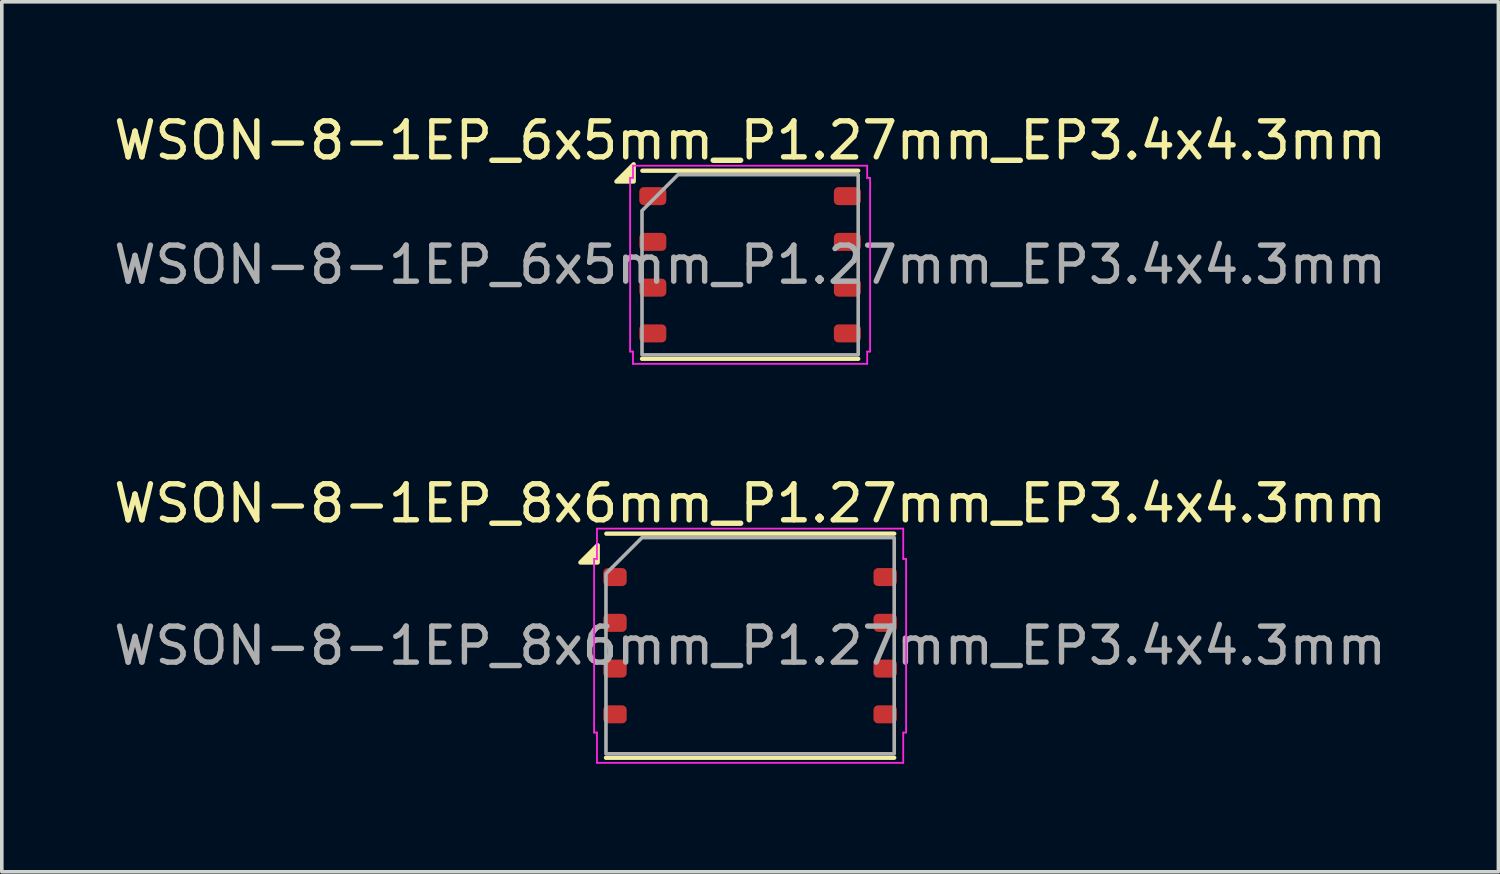
<source format=kicad_pcb>
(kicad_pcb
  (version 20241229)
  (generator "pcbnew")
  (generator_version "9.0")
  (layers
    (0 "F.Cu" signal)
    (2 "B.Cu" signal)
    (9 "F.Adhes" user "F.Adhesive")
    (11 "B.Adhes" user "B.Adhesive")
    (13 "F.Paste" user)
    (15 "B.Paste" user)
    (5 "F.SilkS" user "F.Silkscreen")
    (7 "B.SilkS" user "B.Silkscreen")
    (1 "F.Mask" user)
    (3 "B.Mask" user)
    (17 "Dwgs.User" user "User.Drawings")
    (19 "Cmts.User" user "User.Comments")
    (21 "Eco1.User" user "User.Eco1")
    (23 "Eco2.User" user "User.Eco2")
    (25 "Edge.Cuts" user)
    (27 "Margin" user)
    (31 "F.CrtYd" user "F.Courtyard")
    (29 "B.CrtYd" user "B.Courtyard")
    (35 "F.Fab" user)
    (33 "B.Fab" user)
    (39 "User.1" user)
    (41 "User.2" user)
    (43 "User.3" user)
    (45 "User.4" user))
  (footprint "WSON-8-1EP_8x6mm_P1.27mm_EP3.4x4.3mm"
    (layer "F.Cu")
    (at 17.768 14.871)
    (property "Reference" "WSON-8-1EP_8x6mm_P1.27mm_EP3.4x4.3mm" (at 0 -3.95 0) (layer "F.SilkS") (effects (font (size 1 1) (thickness 0.15))))
    (attr smd)
    (fp_line (start -4 3.11) (end 4 3.11) (stroke (width 0.12) (type solid)) (layer "F.SilkS"))
    (fp_line (start -3.99 -3.11) (end 4 -3.11) (stroke (width 0.12) (type solid)) (layer "F.SilkS"))
    (fp_poly (pts (xy -4.23 -2.31) (xy -4.71 -2.31) (xy -4.23 -2.79)) (stroke (width 0.12) (type solid)) (fill yes) (layer "F.SilkS"))
    (fp_line (start -4.33 -2.41) (end -4.25 -2.41) (stroke (width 0.05) (type solid)) (layer "F.CrtYd"))
    (fp_line (start -4.33 2.41) (end -4.33 -2.41) (stroke (width 0.05) (type solid)) (layer "F.CrtYd"))
    (fp_line (start -4.25 -3.25) (end 4.25 -3.25) (stroke (width 0.05) (type solid)) (layer "F.CrtYd"))
    (fp_line (start -4.25 -2.41) (end -4.25 -3.25) (stroke (width 0.05) (type solid)) (layer "F.CrtYd"))
    (fp_line (start -4.25 2.41) (end -4.33 2.41) (stroke (width 0.05) (type solid)) (layer "F.CrtYd"))
    (fp_line (start -4.25 3.25) (end -4.25 2.41) (stroke (width 0.05) (type solid)) (layer "F.CrtYd"))
    (fp_line (start 4.25 -3.25) (end 4.25 -2.41) (stroke (width 0.05) (type solid)) (layer "F.CrtYd"))
    (fp_line (start 4.25 -2.41) (end 4.33 -2.41) (stroke (width 0.05) (type solid)) (layer "F.CrtYd"))
    (fp_line (start 4.25 2.41) (end 4.25 3.25) (stroke (width 0.05) (type solid)) (layer "F.CrtYd"))
    (fp_line (start 4.25 3.25) (end -4.25 3.25) (stroke (width 0.05) (type solid)) (layer "F.CrtYd"))
    (fp_line (start 4.33 -2.41) (end 4.33 2.41) (stroke (width 0.05) (type solid)) (layer "F.CrtYd"))
    (fp_line (start 4.33 2.41) (end 4.25 2.41) (stroke (width 0.05) (type solid)) (layer "F.CrtYd"))
    (fp_poly (pts (xy -4 -2) (xy -4 3) (xy 4 3) (xy 4 -3) (xy -3 -3)) (stroke (width 0.1) (type solid)) (fill no) (layer "F.Fab"))
    (fp_text user "${REFERENCE}" (at 0 0 0) (layer "F.Fab") (effects (font (size 1 1) (thickness 0.15))))
    (pad "1" smd roundrect (at -3.75 -1.905) (size 0.65 0.5) (layers "F.Cu" "F.Mask" "F.Paste") (roundrect_rratio 0.25))
    (pad "2" smd roundrect (at -3.75 -0.635) (size 0.65 0.5) (layers "F.Cu" "F.Mask" "F.Paste") (roundrect_rratio 0.25))
    (pad "3" smd roundrect (at -3.75 0.635) (size 0.65 0.5) (layers "F.Cu" "F.Mask" "F.Paste") (roundrect_rratio 0.25))
    (pad "4" smd roundrect (at -3.75 1.905) (size 0.65 0.5) (layers "F.Cu" "F.Mask" "F.Paste") (roundrect_rratio 0.25))
    (pad "5" smd roundrect (at 3.75 1.905) (size 0.65 0.5) (layers "F.Cu" "F.Mask" "F.Paste") (roundrect_rratio 0.25))
    (pad "6" smd roundrect (at 3.75 0.635) (size 0.65 0.5) (layers "F.Cu" "F.Mask" "F.Paste") (roundrect_rratio 0.25))
    (pad "7" smd roundrect (at 3.75 -0.635) (size 0.65 0.5) (layers "F.Cu" "F.Mask" "F.Paste") (roundrect_rratio 0.25))
    (pad "8" smd roundrect (at 3.75 -1.905) (size 0.65 0.5) (layers "F.Cu" "F.Mask" "F.Paste") (roundrect_rratio 0.25)))
  (footprint "WSON-8-1EP_6x5mm_P1.27mm_EP3.4x4.3mm"
    (layer "F.Cu")
    (at 17.768 4.298)
    (property "Reference" "WSON-8-1EP_6x5mm_P1.27mm_EP3.4x4.3mm" (at 0 -3.45 0) (layer "F.SilkS") (effects (font (size 1 1) (thickness 0.15))))
    (attr smd)
    (fp_line (start -3 2.61) (end 3 2.61) (stroke (width 0.12) (type solid)) (layer "F.SilkS"))
    (fp_line (start -2.99 -2.61) (end 3 -2.61) (stroke (width 0.12) (type solid)) (layer "F.SilkS"))
    (fp_poly (pts (xy -3.23 -2.31) (xy -3.71 -2.31) (xy -3.23 -2.79)) (stroke (width 0.12) (type solid)) (fill yes) (layer "F.SilkS"))
    (fp_line (start -3.33 -2.41) (end -3.25 -2.41) (stroke (width 0.05) (type solid)) (layer "F.CrtYd"))
    (fp_line (start -3.33 2.41) (end -3.33 -2.41) (stroke (width 0.05) (type solid)) (layer "F.CrtYd"))
    (fp_line (start -3.25 -2.75) (end 3.25 -2.75) (stroke (width 0.05) (type solid)) (layer "F.CrtYd"))
    (fp_line (start -3.25 -2.41) (end -3.25 -2.75) (stroke (width 0.05) (type solid)) (layer "F.CrtYd"))
    (fp_line (start -3.25 2.41) (end -3.33 2.41) (stroke (width 0.05) (type solid)) (layer "F.CrtYd"))
    (fp_line (start -3.25 2.75) (end -3.25 2.41) (stroke (width 0.05) (type solid)) (layer "F.CrtYd"))
    (fp_line (start 3.25 -2.75) (end 3.25 -2.41) (stroke (width 0.05) (type solid)) (layer "F.CrtYd"))
    (fp_line (start 3.25 -2.41) (end 3.33 -2.41) (stroke (width 0.05) (type solid)) (layer "F.CrtYd"))
    (fp_line (start 3.25 2.41) (end 3.25 2.75) (stroke (width 0.05) (type solid)) (layer "F.CrtYd"))
    (fp_line (start 3.25 2.75) (end -3.25 2.75) (stroke (width 0.05) (type solid)) (layer "F.CrtYd"))
    (fp_line (start 3.33 -2.41) (end 3.33 2.41) (stroke (width 0.05) (type solid)) (layer "F.CrtYd"))
    (fp_line (start 3.33 2.41) (end 3.25 2.41) (stroke (width 0.05) (type solid)) (layer "F.CrtYd"))
    (fp_poly (pts (xy -3 -1.5) (xy -3 2.5) (xy 3 2.5) (xy 3 -2.5) (xy -2 -2.5)) (stroke (width 0.1) (type solid)) (fill no) (layer "F.Fab"))
    (fp_text user "${REFERENCE}" (at 0 0 0) (layer "F.Fab") (effects (font (size 1 1) (thickness 0.15))))
    (pad "1" smd roundrect (at -2.7 -1.905) (size 0.75 0.5) (layers "F.Cu" "F.Mask" "F.Paste") (roundrect_rratio 0.25))
    (pad "2" smd roundrect (at -2.7 -0.635) (size 0.75 0.5) (layers "F.Cu" "F.Mask" "F.Paste") (roundrect_rratio 0.25))
    (pad "3" smd roundrect (at -2.7 0.635) (size 0.75 0.5) (layers "F.Cu" "F.Mask" "F.Paste") (roundrect_rratio 0.25))
    (pad "4" smd roundrect (at -2.7 1.905) (size 0.75 0.5) (layers "F.Cu" "F.Mask" "F.Paste") (roundrect_rratio 0.25))
    (pad "5" smd roundrect (at 2.7 1.905) (size 0.75 0.5) (layers "F.Cu" "F.Mask" "F.Paste") (roundrect_rratio 0.25))
    (pad "6" smd roundrect (at 2.7 0.635) (size 0.75 0.5) (layers "F.Cu" "F.Mask" "F.Paste") (roundrect_rratio 0.25))
    (pad "7" smd roundrect (at 2.7 -0.635) (size 0.75 0.5) (layers "F.Cu" "F.Mask" "F.Paste") (roundrect_rratio 0.25))
    (pad "8" smd roundrect (at 2.7 -1.905) (size 0.75 0.5) (layers "F.Cu" "F.Mask" "F.Paste") (roundrect_rratio 0.25)))
  (gr_rect
    (start -3 -3)
    (end 38.536 21.146)
    (stroke (width 0.1) (type default))
    (fill no)
    (layer "Edge.Cuts")))
</source>
